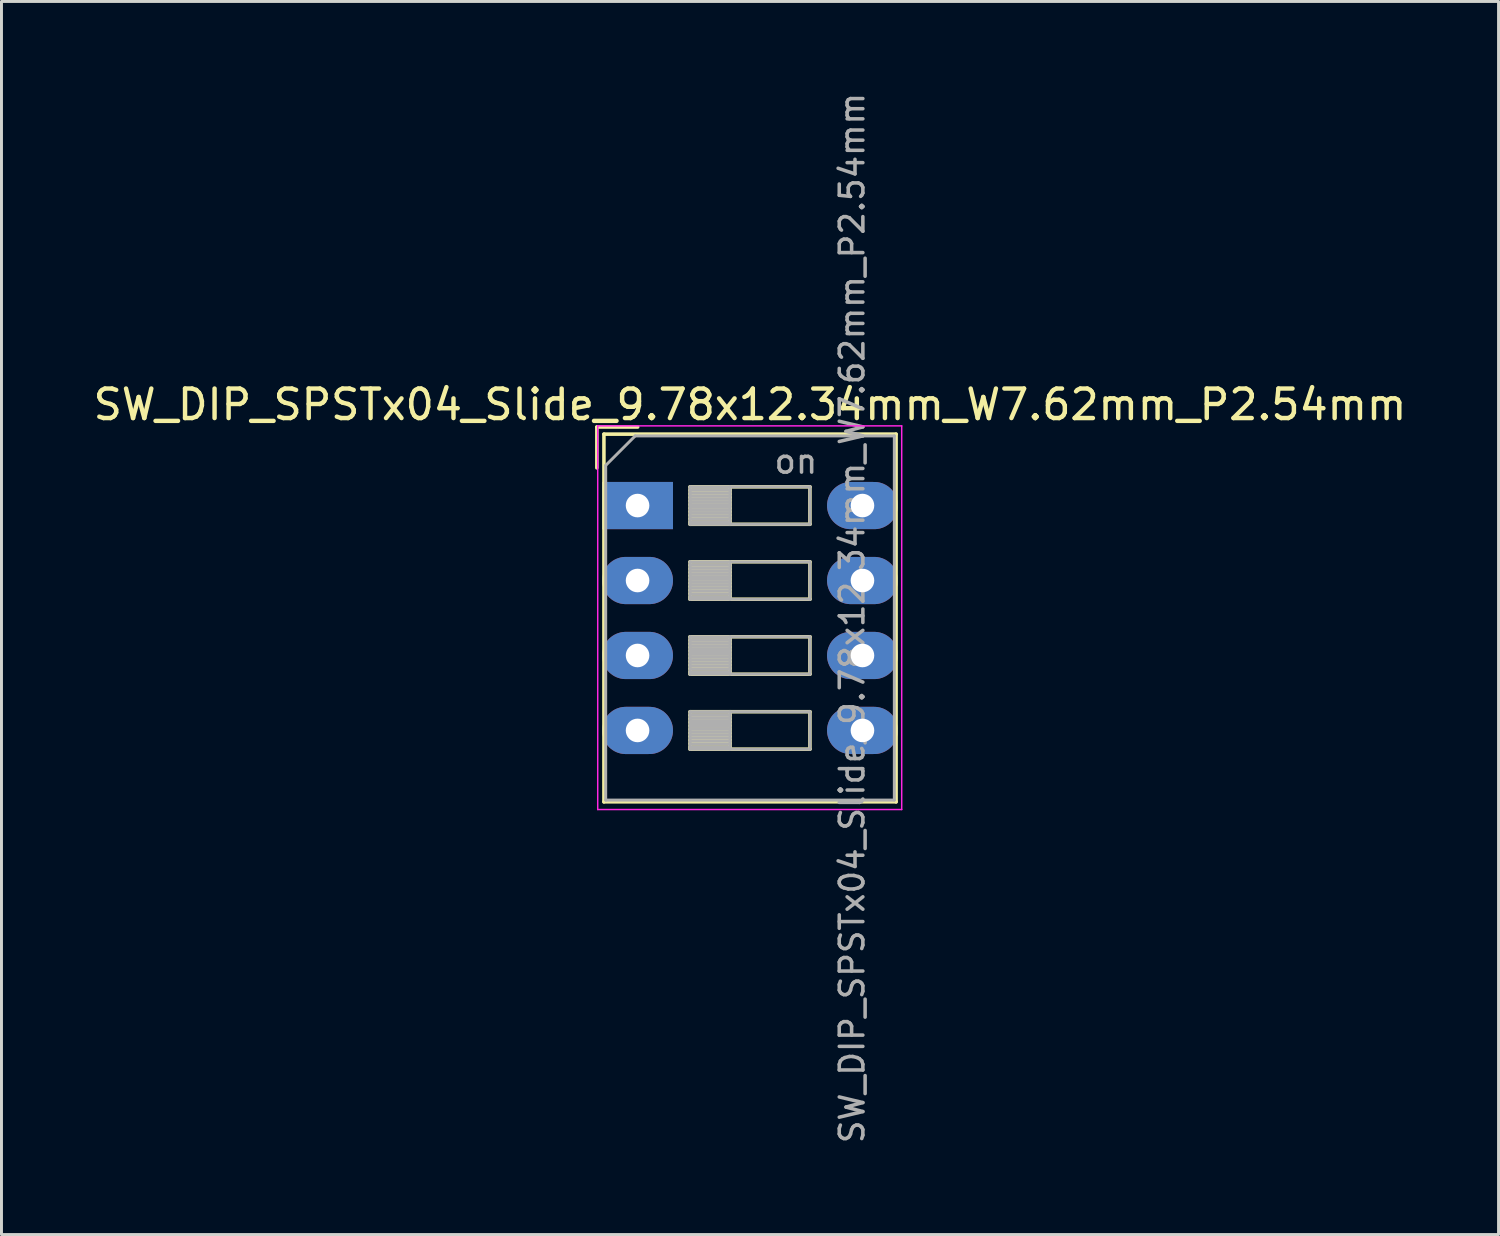
<source format=kicad_pcb>
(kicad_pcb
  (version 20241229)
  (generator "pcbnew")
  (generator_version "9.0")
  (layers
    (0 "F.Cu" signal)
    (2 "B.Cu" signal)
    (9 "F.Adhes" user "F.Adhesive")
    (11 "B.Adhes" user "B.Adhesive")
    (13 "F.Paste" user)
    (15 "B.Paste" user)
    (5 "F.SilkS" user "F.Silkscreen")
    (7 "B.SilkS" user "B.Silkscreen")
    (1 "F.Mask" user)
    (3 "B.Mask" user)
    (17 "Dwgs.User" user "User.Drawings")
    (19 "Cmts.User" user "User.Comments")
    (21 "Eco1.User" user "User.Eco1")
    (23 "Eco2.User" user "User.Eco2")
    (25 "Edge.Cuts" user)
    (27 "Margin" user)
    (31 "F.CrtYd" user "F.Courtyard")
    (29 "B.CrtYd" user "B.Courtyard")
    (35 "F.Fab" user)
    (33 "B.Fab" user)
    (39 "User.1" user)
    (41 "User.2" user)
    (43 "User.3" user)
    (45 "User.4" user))
  (footprint "SW_DIP_SPSTx04_Slide_9.78x12.34mm_W7.62mm_P2.54mm"
    (layer "F.Cu")
    (at 18.553 14.08)
    (property "Reference" "SW_DIP_SPSTx04_Slide_9.78x12.34mm_W7.62mm_P2.54mm" (at 3.81 -3.42 0) (layer "F.SilkS") (effects (font (size 1 1) (thickness 0.15))))
    (attr through_hole)
    (fp_line (start -1.38 -2.66) (end -1.38 -1.277) (stroke (width 0.12) (type solid)) (layer "F.SilkS"))
    (fp_line (start -1.38 -2.66) (end 0.004 -2.66) (stroke (width 0.12) (type solid)) (layer "F.SilkS"))
    (fp_line (start -1.14 -2.42) (end -1.14 10.04) (stroke (width 0.12) (type solid)) (layer "F.SilkS"))
    (fp_line (start -1.14 -2.42) (end 8.76 -2.42) (stroke (width 0.12) (type solid)) (layer "F.SilkS"))
    (fp_line (start -1.14 10.04) (end 8.76 10.04) (stroke (width 0.12) (type solid)) (layer "F.SilkS"))
    (fp_line (start 1.78 -0.635) (end 1.78 0.635) (stroke (width 0.12) (type solid)) (layer "F.SilkS"))
    (fp_line (start 1.78 -0.515) (end 3.133 -0.515) (stroke (width 0.12) (type solid)) (layer "F.SilkS"))
    (fp_line (start 1.78 -0.395) (end 3.133 -0.395) (stroke (width 0.12) (type solid)) (layer "F.SilkS"))
    (fp_line (start 1.78 -0.275) (end 3.133 -0.275) (stroke (width 0.12) (type solid)) (layer "F.SilkS"))
    (fp_line (start 1.78 -0.155) (end 3.133 -0.155) (stroke (width 0.12) (type solid)) (layer "F.SilkS"))
    (fp_line (start 1.78 -0.035) (end 3.133 -0.035) (stroke (width 0.12) (type solid)) (layer "F.SilkS"))
    (fp_line (start 1.78 0.085) (end 3.133 0.085) (stroke (width 0.12) (type solid)) (layer "F.SilkS"))
    (fp_line (start 1.78 0.205) (end 3.133 0.205) (stroke (width 0.12) (type solid)) (layer "F.SilkS"))
    (fp_line (start 1.78 0.325) (end 3.133 0.325) (stroke (width 0.12) (type solid)) (layer "F.SilkS"))
    (fp_line (start 1.78 0.445) (end 3.133 0.445) (stroke (width 0.12) (type solid)) (layer "F.SilkS"))
    (fp_line (start 1.78 0.565) (end 3.133 0.565) (stroke (width 0.12) (type solid)) (layer "F.SilkS"))
    (fp_line (start 1.78 0.635) (end 5.84 0.635) (stroke (width 0.12) (type solid)) (layer "F.SilkS"))
    (fp_line (start 1.78 1.905) (end 1.78 3.175) (stroke (width 0.12) (type solid)) (layer "F.SilkS"))
    (fp_line (start 1.78 2.025) (end 3.133 2.025) (stroke (width 0.12) (type solid)) (layer "F.SilkS"))
    (fp_line (start 1.78 2.145) (end 3.133 2.145) (stroke (width 0.12) (type solid)) (layer "F.SilkS"))
    (fp_line (start 1.78 2.265) (end 3.133 2.265) (stroke (width 0.12) (type solid)) (layer "F.SilkS"))
    (fp_line (start 1.78 2.385) (end 3.133 2.385) (stroke (width 0.12) (type solid)) (layer "F.SilkS"))
    (fp_line (start 1.78 2.505) (end 3.133 2.505) (stroke (width 0.12) (type solid)) (layer "F.SilkS"))
    (fp_line (start 1.78 2.625) (end 3.133 2.625) (stroke (width 0.12) (type solid)) (layer "F.SilkS"))
    (fp_line (start 1.78 2.745) (end 3.133 2.745) (stroke (width 0.12) (type solid)) (layer "F.SilkS"))
    (fp_line (start 1.78 2.865) (end 3.133 2.865) (stroke (width 0.12) (type solid)) (layer "F.SilkS"))
    (fp_line (start 1.78 2.985) (end 3.133 2.985) (stroke (width 0.12) (type solid)) (layer "F.SilkS"))
    (fp_line (start 1.78 3.105) (end 3.133 3.105) (stroke (width 0.12) (type solid)) (layer "F.SilkS"))
    (fp_line (start 1.78 3.175) (end 5.84 3.175) (stroke (width 0.12) (type solid)) (layer "F.SilkS"))
    (fp_line (start 1.78 4.445) (end 1.78 5.715) (stroke (width 0.12) (type solid)) (layer "F.SilkS"))
    (fp_line (start 1.78 4.565) (end 3.133 4.565) (stroke (width 0.12) (type solid)) (layer "F.SilkS"))
    (fp_line (start 1.78 4.685) (end 3.133 4.685) (stroke (width 0.12) (type solid)) (layer "F.SilkS"))
    (fp_line (start 1.78 4.805) (end 3.133 4.805) (stroke (width 0.12) (type solid)) (layer "F.SilkS"))
    (fp_line (start 1.78 4.925) (end 3.133 4.925) (stroke (width 0.12) (type solid)) (layer "F.SilkS"))
    (fp_line (start 1.78 5.045) (end 3.133 5.045) (stroke (width 0.12) (type solid)) (layer "F.SilkS"))
    (fp_line (start 1.78 5.165) (end 3.133 5.165) (stroke (width 0.12) (type solid)) (layer "F.SilkS"))
    (fp_line (start 1.78 5.285) (end 3.133 5.285) (stroke (width 0.12) (type solid)) (layer "F.SilkS"))
    (fp_line (start 1.78 5.405) (end 3.133 5.405) (stroke (width 0.12) (type solid)) (layer "F.SilkS"))
    (fp_line (start 1.78 5.525) (end 3.133 5.525) (stroke (width 0.12) (type solid)) (layer "F.SilkS"))
    (fp_line (start 1.78 5.645) (end 3.133 5.645) (stroke (width 0.12) (type solid)) (layer "F.SilkS"))
    (fp_line (start 1.78 5.715) (end 5.84 5.715) (stroke (width 0.12) (type solid)) (layer "F.SilkS"))
    (fp_line (start 1.78 6.985) (end 1.78 8.255) (stroke (width 0.12) (type solid)) (layer "F.SilkS"))
    (fp_line (start 1.78 7.105) (end 3.133 7.105) (stroke (width 0.12) (type solid)) (layer "F.SilkS"))
    (fp_line (start 1.78 7.225) (end 3.133 7.225) (stroke (width 0.12) (type solid)) (layer "F.SilkS"))
    (fp_line (start 1.78 7.345) (end 3.133 7.345) (stroke (width 0.12) (type solid)) (layer "F.SilkS"))
    (fp_line (start 1.78 7.465) (end 3.133 7.465) (stroke (width 0.12) (type solid)) (layer "F.SilkS"))
    (fp_line (start 1.78 7.585) (end 3.133 7.585) (stroke (width 0.12) (type solid)) (layer "F.SilkS"))
    (fp_line (start 1.78 7.705) (end 3.133 7.705) (stroke (width 0.12) (type solid)) (layer "F.SilkS"))
    (fp_line (start 1.78 7.825) (end 3.133 7.825) (stroke (width 0.12) (type solid)) (layer "F.SilkS"))
    (fp_line (start 1.78 7.945) (end 3.133 7.945) (stroke (width 0.12) (type solid)) (layer "F.SilkS"))
    (fp_line (start 1.78 8.065) (end 3.133 8.065) (stroke (width 0.12) (type solid)) (layer "F.SilkS"))
    (fp_line (start 1.78 8.185) (end 3.133 8.185) (stroke (width 0.12) (type solid)) (layer "F.SilkS"))
    (fp_line (start 1.78 8.255) (end 5.84 8.255) (stroke (width 0.12) (type solid)) (layer "F.SilkS"))
    (fp_line (start 3.133 -0.635) (end 3.133 0.635) (stroke (width 0.12) (type solid)) (layer "F.SilkS"))
    (fp_line (start 3.133 1.905) (end 3.133 3.175) (stroke (width 0.12) (type solid)) (layer "F.SilkS"))
    (fp_line (start 3.133 4.445) (end 3.133 5.715) (stroke (width 0.12) (type solid)) (layer "F.SilkS"))
    (fp_line (start 3.133 6.985) (end 3.133 8.255) (stroke (width 0.12) (type solid)) (layer "F.SilkS"))
    (fp_line (start 5.84 -0.635) (end 1.78 -0.635) (stroke (width 0.12) (type solid)) (layer "F.SilkS"))
    (fp_line (start 5.84 0.635) (end 5.84 -0.635) (stroke (width 0.12) (type solid)) (layer "F.SilkS"))
    (fp_line (start 5.84 1.905) (end 1.78 1.905) (stroke (width 0.12) (type solid)) (layer "F.SilkS"))
    (fp_line (start 5.84 3.175) (end 5.84 1.905) (stroke (width 0.12) (type solid)) (layer "F.SilkS"))
    (fp_line (start 5.84 4.445) (end 1.78 4.445) (stroke (width 0.12) (type solid)) (layer "F.SilkS"))
    (fp_line (start 5.84 5.715) (end 5.84 4.445) (stroke (width 0.12) (type solid)) (layer "F.SilkS"))
    (fp_line (start 5.84 6.985) (end 1.78 6.985) (stroke (width 0.12) (type solid)) (layer "F.SilkS"))
    (fp_line (start 5.84 8.255) (end 5.84 6.985) (stroke (width 0.12) (type solid)) (layer "F.SilkS"))
    (fp_line (start 8.76 -2.42) (end 8.76 10.04) (stroke (width 0.12) (type solid)) (layer "F.SilkS"))
    (fp_line (start -1.35 -2.7) (end -1.35 10.3) (stroke (width 0.05) (type solid)) (layer "F.CrtYd"))
    (fp_line (start -1.35 10.3) (end 8.95 10.3) (stroke (width 0.05) (type solid)) (layer "F.CrtYd"))
    (fp_line (start 8.95 -2.7) (end -1.35 -2.7) (stroke (width 0.05) (type solid)) (layer "F.CrtYd"))
    (fp_line (start 8.95 10.3) (end 8.95 -2.7) (stroke (width 0.05) (type solid)) (layer "F.CrtYd"))
    (fp_line (start -1.08 -1.36) (end -0.08 -2.36) (stroke (width 0.1) (type solid)) (layer "F.Fab"))
    (fp_line (start -1.08 9.98) (end -1.08 -1.36) (stroke (width 0.1) (type solid)) (layer "F.Fab"))
    (fp_line (start -0.08 -2.36) (end 8.7 -2.36) (stroke (width 0.1) (type solid)) (layer "F.Fab"))
    (fp_line (start 1.78 -0.635) (end 1.78 0.635) (stroke (width 0.1) (type solid)) (layer "F.Fab"))
    (fp_line (start 1.78 -0.535) (end 3.133 -0.535) (stroke (width 0.1) (type solid)) (layer "F.Fab"))
    (fp_line (start 1.78 -0.435) (end 3.133 -0.435) (stroke (width 0.1) (type solid)) (layer "F.Fab"))
    (fp_line (start 1.78 -0.335) (end 3.133 -0.335) (stroke (width 0.1) (type solid)) (layer "F.Fab"))
    (fp_line (start 1.78 -0.235) (end 3.133 -0.235) (stroke (width 0.1) (type solid)) (layer "F.Fab"))
    (fp_line (start 1.78 -0.135) (end 3.133 -0.135) (stroke (width 0.1) (type solid)) (layer "F.Fab"))
    (fp_line (start 1.78 -0.035) (end 3.133 -0.035) (stroke (width 0.1) (type solid)) (layer "F.Fab"))
    (fp_line (start 1.78 0.065) (end 3.133 0.065) (stroke (width 0.1) (type solid)) (layer "F.Fab"))
    (fp_line (start 1.78 0.165) (end 3.133 0.165) (stroke (width 0.1) (type solid)) (layer "F.Fab"))
    (fp_line (start 1.78 0.265) (end 3.133 0.265) (stroke (width 0.1) (type solid)) (layer "F.Fab"))
    (fp_line (start 1.78 0.365) (end 3.133 0.365) (stroke (width 0.1) (type solid)) (layer "F.Fab"))
    (fp_line (start 1.78 0.465) (end 3.133 0.465) (stroke (width 0.1) (type solid)) (layer "F.Fab"))
    (fp_line (start 1.78 0.565) (end 3.133 0.565) (stroke (width 0.1) (type solid)) (layer "F.Fab"))
    (fp_line (start 1.78 0.635) (end 5.84 0.635) (stroke (width 0.1) (type solid)) (layer "F.Fab"))
    (fp_line (start 1.78 1.905) (end 1.78 3.175) (stroke (width 0.1) (type solid)) (layer "F.Fab"))
    (fp_line (start 1.78 2.005) (end 3.133 2.005) (stroke (width 0.1) (type solid)) (layer "F.Fab"))
    (fp_line (start 1.78 2.105) (end 3.133 2.105) (stroke (width 0.1) (type solid)) (layer "F.Fab"))
    (fp_line (start 1.78 2.205) (end 3.133 2.205) (stroke (width 0.1) (type solid)) (layer "F.Fab"))
    (fp_line (start 1.78 2.305) (end 3.133 2.305) (stroke (width 0.1) (type solid)) (layer "F.Fab"))
    (fp_line (start 1.78 2.405) (end 3.133 2.405) (stroke (width 0.1) (type solid)) (layer "F.Fab"))
    (fp_line (start 1.78 2.505) (end 3.133 2.505) (stroke (width 0.1) (type solid)) (layer "F.Fab"))
    (fp_line (start 1.78 2.605) (end 3.133 2.605) (stroke (width 0.1) (type solid)) (layer "F.Fab"))
    (fp_line (start 1.78 2.705) (end 3.133 2.705) (stroke (width 0.1) (type solid)) (layer "F.Fab"))
    (fp_line (start 1.78 2.805) (end 3.133 2.805) (stroke (width 0.1) (type solid)) (layer "F.Fab"))
    (fp_line (start 1.78 2.905) (end 3.133 2.905) (stroke (width 0.1) (type solid)) (layer "F.Fab"))
    (fp_line (start 1.78 3.005) (end 3.133 3.005) (stroke (width 0.1) (type solid)) (layer "F.Fab"))
    (fp_line (start 1.78 3.105) (end 3.133 3.105) (stroke (width 0.1) (type solid)) (layer "F.Fab"))
    (fp_line (start 1.78 3.175) (end 5.84 3.175) (stroke (width 0.1) (type solid)) (layer "F.Fab"))
    (fp_line (start 1.78 4.445) (end 1.78 5.715) (stroke (width 0.1) (type solid)) (layer "F.Fab"))
    (fp_line (start 1.78 4.545) (end 3.133 4.545) (stroke (width 0.1) (type solid)) (layer "F.Fab"))
    (fp_line (start 1.78 4.645) (end 3.133 4.645) (stroke (width 0.1) (type solid)) (layer "F.Fab"))
    (fp_line (start 1.78 4.745) (end 3.133 4.745) (stroke (width 0.1) (type solid)) (layer "F.Fab"))
    (fp_line (start 1.78 4.845) (end 3.133 4.845) (stroke (width 0.1) (type solid)) (layer "F.Fab"))
    (fp_line (start 1.78 4.945) (end 3.133 4.945) (stroke (width 0.1) (type solid)) (layer "F.Fab"))
    (fp_line (start 1.78 5.045) (end 3.133 5.045) (stroke (width 0.1) (type solid)) (layer "F.Fab"))
    (fp_line (start 1.78 5.145) (end 3.133 5.145) (stroke (width 0.1) (type solid)) (layer "F.Fab"))
    (fp_line (start 1.78 5.245) (end 3.133 5.245) (stroke (width 0.1) (type solid)) (layer "F.Fab"))
    (fp_line (start 1.78 5.345) (end 3.133 5.345) (stroke (width 0.1) (type solid)) (layer "F.Fab"))
    (fp_line (start 1.78 5.445) (end 3.133 5.445) (stroke (width 0.1) (type solid)) (layer "F.Fab"))
    (fp_line (start 1.78 5.545) (end 3.133 5.545) (stroke (width 0.1) (type solid)) (layer "F.Fab"))
    (fp_line (start 1.78 5.645) (end 3.133 5.645) (stroke (width 0.1) (type solid)) (layer "F.Fab"))
    (fp_line (start 1.78 5.715) (end 5.84 5.715) (stroke (width 0.1) (type solid)) (layer "F.Fab"))
    (fp_line (start 1.78 6.985) (end 1.78 8.255) (stroke (width 0.1) (type solid)) (layer "F.Fab"))
    (fp_line (start 1.78 7.085) (end 3.133 7.085) (stroke (width 0.1) (type solid)) (layer "F.Fab"))
    (fp_line (start 1.78 7.185) (end 3.133 7.185) (stroke (width 0.1) (type solid)) (layer "F.Fab"))
    (fp_line (start 1.78 7.285) (end 3.133 7.285) (stroke (width 0.1) (type solid)) (layer "F.Fab"))
    (fp_line (start 1.78 7.385) (end 3.133 7.385) (stroke (width 0.1) (type solid)) (layer "F.Fab"))
    (fp_line (start 1.78 7.485) (end 3.133 7.485) (stroke (width 0.1) (type solid)) (layer "F.Fab"))
    (fp_line (start 1.78 7.585) (end 3.133 7.585) (stroke (width 0.1) (type solid)) (layer "F.Fab"))
    (fp_line (start 1.78 7.685) (end 3.133 7.685) (stroke (width 0.1) (type solid)) (layer "F.Fab"))
    (fp_line (start 1.78 7.785) (end 3.133 7.785) (stroke (width 0.1) (type solid)) (layer "F.Fab"))
    (fp_line (start 1.78 7.885) (end 3.133 7.885) (stroke (width 0.1) (type solid)) (layer "F.Fab"))
    (fp_line (start 1.78 7.985) (end 3.133 7.985) (stroke (width 0.1) (type solid)) (layer "F.Fab"))
    (fp_line (start 1.78 8.085) (end 3.133 8.085) (stroke (width 0.1) (type solid)) (layer "F.Fab"))
    (fp_line (start 1.78 8.185) (end 3.133 8.185) (stroke (width 0.1) (type solid)) (layer "F.Fab"))
    (fp_line (start 1.78 8.255) (end 5.84 8.255) (stroke (width 0.1) (type solid)) (layer "F.Fab"))
    (fp_line (start 3.133 -0.635) (end 3.133 0.635) (stroke (width 0.1) (type solid)) (layer "F.Fab"))
    (fp_line (start 3.133 1.905) (end 3.133 3.175) (stroke (width 0.1) (type solid)) (layer "F.Fab"))
    (fp_line (start 3.133 4.445) (end 3.133 5.715) (stroke (width 0.1) (type solid)) (layer "F.Fab"))
    (fp_line (start 3.133 6.985) (end 3.133 8.255) (stroke (width 0.1) (type solid)) (layer "F.Fab"))
    (fp_line (start 5.84 -0.635) (end 1.78 -0.635) (stroke (width 0.1) (type solid)) (layer "F.Fab"))
    (fp_line (start 5.84 0.635) (end 5.84 -0.635) (stroke (width 0.1) (type solid)) (layer "F.Fab"))
    (fp_line (start 5.84 1.905) (end 1.78 1.905) (stroke (width 0.1) (type solid)) (layer "F.Fab"))
    (fp_line (start 5.84 3.175) (end 5.84 1.905) (stroke (width 0.1) (type solid)) (layer "F.Fab"))
    (fp_line (start 5.84 4.445) (end 1.78 4.445) (stroke (width 0.1) (type solid)) (layer "F.Fab"))
    (fp_line (start 5.84 5.715) (end 5.84 4.445) (stroke (width 0.1) (type solid)) (layer "F.Fab"))
    (fp_line (start 5.84 6.985) (end 1.78 6.985) (stroke (width 0.1) (type solid)) (layer "F.Fab"))
    (fp_line (start 5.84 8.255) (end 5.84 6.985) (stroke (width 0.1) (type solid)) (layer "F.Fab"))
    (fp_line (start 8.7 -2.36) (end 8.7 9.98) (stroke (width 0.1) (type solid)) (layer "F.Fab"))
    (fp_line (start 8.7 9.98) (end -1.08 9.98) (stroke (width 0.1) (type solid)) (layer "F.Fab"))
    (fp_text user "${REFERENCE}" (at 7.27 3.81 90) (layer "F.Fab") (effects (font (size 0.8 0.8) (thickness 0.12))))
    (fp_text user "on" (at 5.365 -1.498 0) (layer "F.Fab") (effects (font (size 0.8 0.8) (thickness 0.12))))
    (pad "1" thru_hole rect (at 0 0) (size 2.4 1.6) (drill 0.8) (layers "*.Cu" "*.Mask"))
    (pad "2" thru_hole oval (at 0 2.54) (size 2.4 1.6) (drill 0.8) (layers "*.Cu" "*.Mask"))
    (pad "3" thru_hole oval (at 0 5.08) (size 2.4 1.6) (drill 0.8) (layers "*.Cu" "*.Mask"))
    (pad "4" thru_hole oval (at 0 7.62) (size 2.4 1.6) (drill 0.8) (layers "*.Cu" "*.Mask"))
    (pad "5" thru_hole oval (at 7.62 7.62) (size 2.4 1.6) (drill 0.8) (layers "*.Cu" "*.Mask"))
    (pad "6" thru_hole oval (at 7.62 5.08) (size 2.4 1.6) (drill 0.8) (layers "*.Cu" "*.Mask"))
    (pad "7" thru_hole oval (at 7.62 2.54) (size 2.4 1.6) (drill 0.8) (layers "*.Cu" "*.Mask"))
    (pad "8" thru_hole oval (at 7.62 0) (size 2.4 1.6) (drill 0.8) (layers "*.Cu" "*.Mask")))
  (gr_rect
    (start -3 -3)
    (end 47.726 38.781)
    (stroke (width 0.1) (type default))
    (fill no)
    (layer "Edge.Cuts")))
</source>
